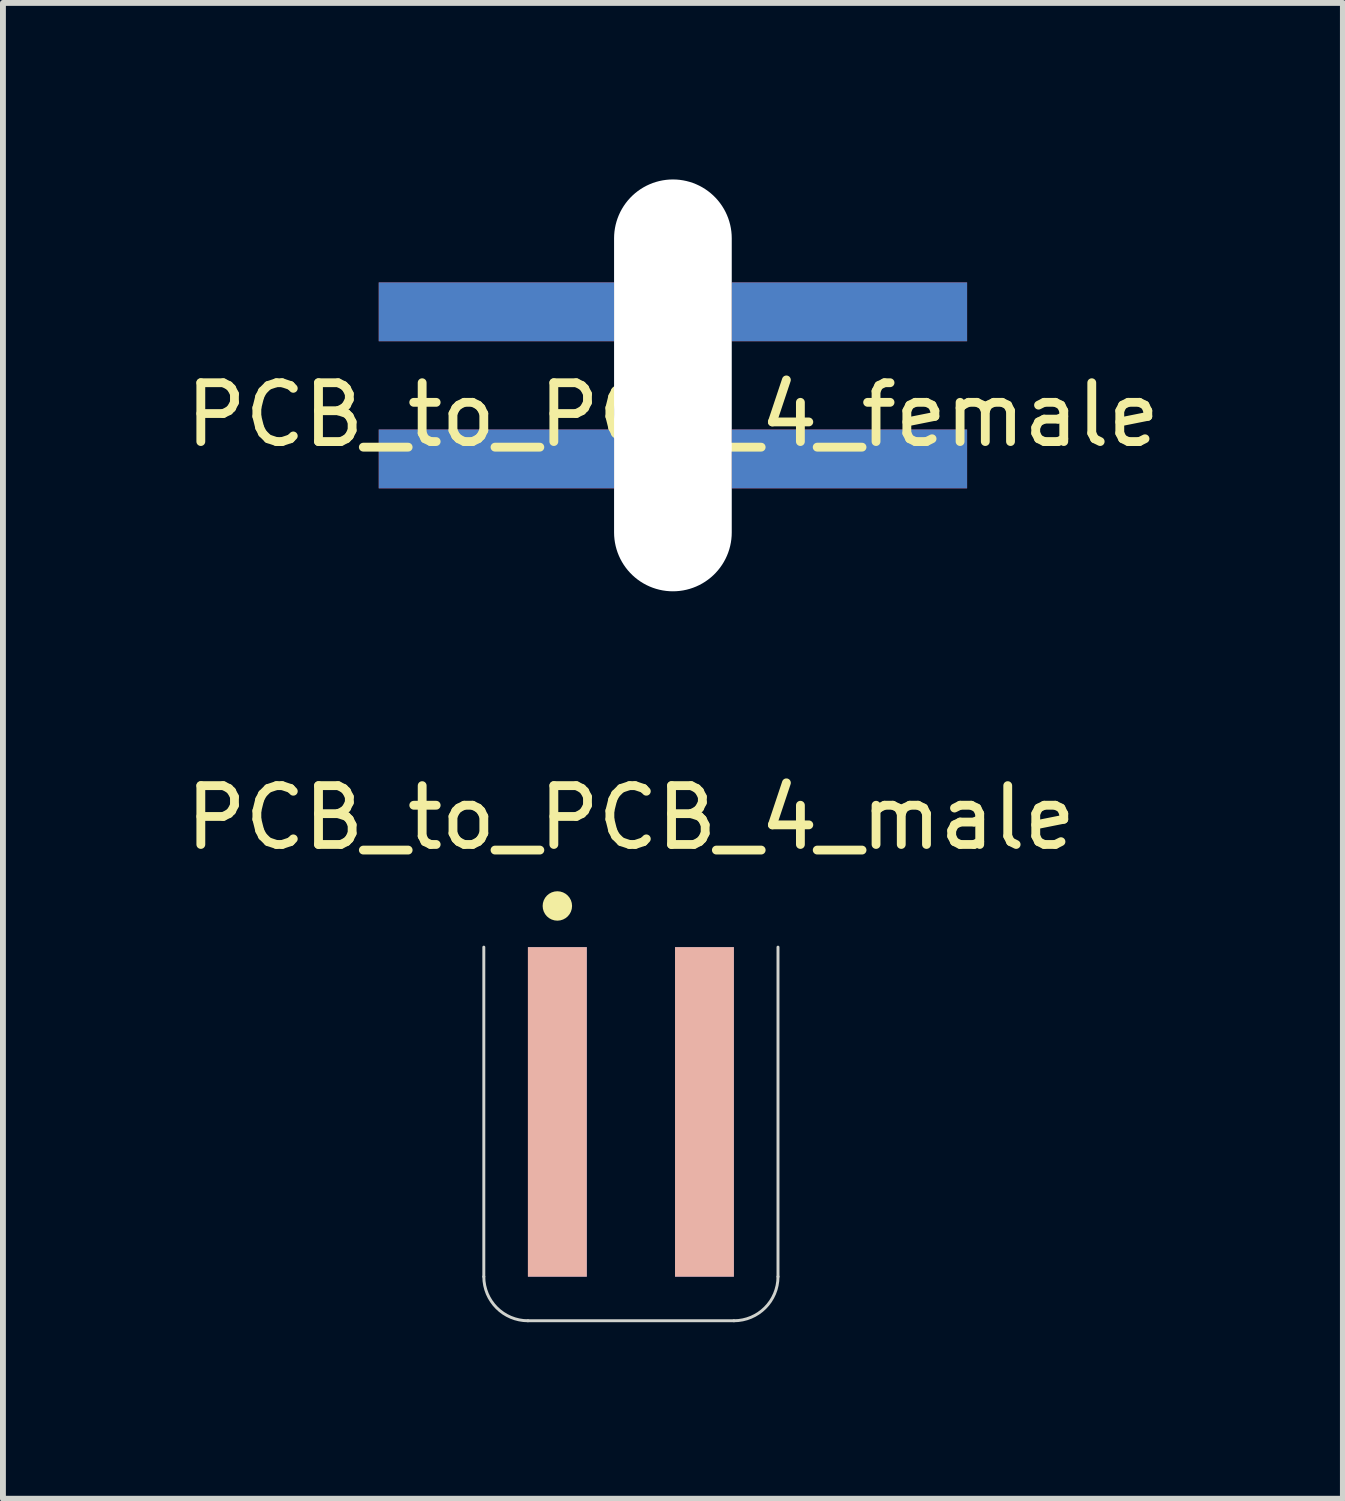
<source format=kicad_pcb>
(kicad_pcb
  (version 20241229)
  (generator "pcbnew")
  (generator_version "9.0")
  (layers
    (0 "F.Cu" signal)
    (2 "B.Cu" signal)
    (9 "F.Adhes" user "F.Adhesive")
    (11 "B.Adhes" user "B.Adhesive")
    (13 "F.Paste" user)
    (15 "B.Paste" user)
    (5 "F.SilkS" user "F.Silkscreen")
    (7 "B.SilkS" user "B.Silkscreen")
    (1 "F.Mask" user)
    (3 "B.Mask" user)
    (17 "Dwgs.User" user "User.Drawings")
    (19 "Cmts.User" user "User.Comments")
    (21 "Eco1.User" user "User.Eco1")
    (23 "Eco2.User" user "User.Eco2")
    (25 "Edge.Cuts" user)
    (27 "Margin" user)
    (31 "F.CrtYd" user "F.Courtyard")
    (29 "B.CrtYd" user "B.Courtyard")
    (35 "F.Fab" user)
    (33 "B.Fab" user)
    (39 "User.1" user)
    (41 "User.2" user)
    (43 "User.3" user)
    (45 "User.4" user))
  (footprint "PCB_to_PCB_4_female"
    (layer "F.Cu")
    (at 8.387 3.5)
    (property "Reference" "PCB_to_PCB_4_female" (at 0 0.5 0) (layer "F.SilkS") (effects (font (size 1 1) (thickness 0.15))))
    (attr through_hole)
    (pad "" np_thru_hole oval (at 0 0) (size 2 7) (drill oval 2 7) (layers "*.Cu" "*.Mask"))
    (pad "1" connect rect (at -3 -1.25) (size 4 1) (layers "F.Cu" "F.Mask"))
    (pad "1" connect rect (at -3 -1.25) (size 4 1) (layers "B.Cu" "B.Mask"))
    (pad "2" connect rect (at 3 -1.25) (size 4 1) (layers "F.Cu" "F.Mask"))
    (pad "2" connect rect (at 3 -1.25) (size 4 1) (layers "B.Cu" "B.Mask"))
    (pad "3" connect rect (at -3 1.25) (size 4 1) (layers "F.Cu" "F.Mask"))
    (pad "3" connect rect (at -3 1.25) (size 4 1) (layers "B.Cu" "B.Mask"))
    (pad "4" connect rect (at 3 1.25) (size 4 1) (layers "F.Cu" "F.Mask"))
    (pad "4" connect rect (at 3 1.25) (size 4 1) (layers "B.Cu" "B.Mask")))
  (footprint "PCB_to_PCB_4_male"
    (layer "F.Cu")
    (at 7.673 15.848)
    (property "Reference" "PCB_to_PCB_4_male" (at 0 -5 0) (layer "F.SilkS") (effects (font (size 1 1) (thickness 0.15))))
    (attr exclude_from_pos_files exclude_from_bom)
    (fp_circle (center -1.25 -3.5) (end -1.125 -3.5) (stroke (width 0.25) (type solid)) (fill no) (layer "F.SilkS"))
    (fp_line (start -2.5 -2.8) (end -2.5 2.8) (stroke (width 0.05) (type solid)) (layer "Edge.Cuts"))
    (fp_line (start -1.75 3.55) (end 1.75 3.55) (stroke (width 0.05) (type solid)) (layer "Edge.Cuts"))
    (fp_line (start 2.5 -2.8) (end 2.5 2.8) (stroke (width 0.05) (type solid)) (layer "Edge.Cuts"))
    (fp_arc (start -1.75 3.55) (mid -2.28033 3.33033) (end -2.5 2.8) (stroke (width 0.05) (type solid)) (layer "Edge.Cuts"))
    (fp_arc (start 2.5 2.8) (mid 2.28033 3.33033) (end 1.75 3.55) (stroke (width 0.05) (type solid)) (layer "Edge.Cuts"))
    (pad "1" connect rect (at -1.25 0 90) (size 5.6 1) (layers "F.Cu" "F.Mask"))
    (pad "2" connect rect (at -1.25 0 90) (size 5.6 1) (layers "B.Cu" "B.SilkS"))
    (pad "3" connect rect (at 1.25 0 90) (size 5.6 1) (layers "F.Cu" "F.Mask"))
    (pad "4" connect rect (at 1.25 0 90) (size 5.6 1) (layers "B.Cu" "B.SilkS")))
  (gr_rect
    (start -3 -3)
    (end 19.774 22.423)
    (stroke (width 0.1) (type default))
    (fill no)
    (layer "Edge.Cuts")))
</source>
